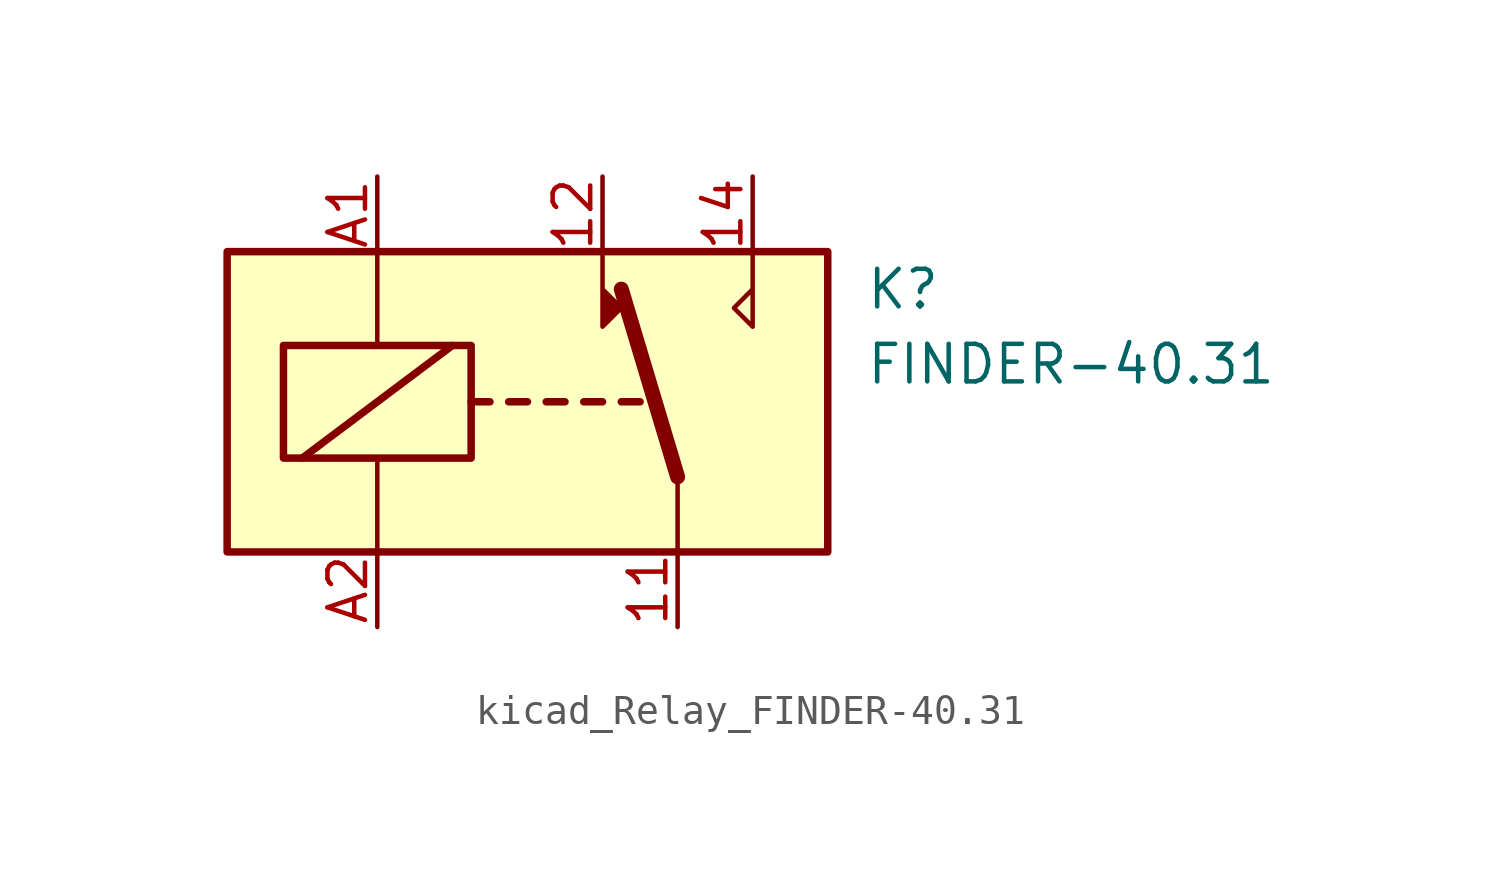
<source format=kicad_sym>
(kicad_symbol_lib
  (version 20220914)
  (generator kicad_symbol_editor)
  (symbol "kicad_Relay_FINDER-40.31"
    (property "Reference" "K"
      (at 11.43 3.81 0)
      (effects (font (size 1.27 1.27)) (justify left)))
    (property "Value" "FINDER-40.31"
      (at 11.43 1.27 0)
      (effects (font (size 1.27 1.27)) (justify left)))
    (symbol "kicad_Relay_FINDER-40.31_0_0"
      (polyline (pts (xy 7.62 5.08) (xy 7.62 2.54) (xy 6.985 3.175) (xy 7.62 3.81)) (stroke (width 0) (type default)) (fill (type none))))
    (symbol "kicad_Relay_FINDER-40.31_0_1"
      (rectangle (start -10.16 5.08) (end 10.16 -5.08) (stroke (width 0.254) (type default)) (fill (type background)))
      (rectangle (start -8.255 1.905) (end -1.905 -1.905) (stroke (width 0.254) (type default)) (fill (type none)))
      (polyline (pts (xy -7.62 -1.905) (xy -2.54 1.905)) (stroke (width 0.254) (type default)) (fill (type none)))
      (polyline (pts (xy -5.08 -5.08) (xy -5.08 -1.905)) (stroke (width 0) (type default)) (fill (type none)))
      (polyline (pts (xy -5.08 5.08) (xy -5.08 1.905)) (stroke (width 0) (type default)) (fill (type none)))
      (polyline (pts (xy -1.905 0) (xy -1.27 0)) (stroke (width 0.254) (type default)) (fill (type none)))
      (polyline (pts (xy -0.635 0) (xy 0 0)) (stroke (width 0.254) (type default)) (fill (type none)))
      (polyline (pts (xy 0.635 0) (xy 1.27 0)) (stroke (width 0.254) (type default)) (fill (type none)))
      (polyline (pts (xy 1.905 0) (xy 2.54 0)) (stroke (width 0.254) (type default)) (fill (type none)))
      (polyline (pts (xy 3.175 0) (xy 3.81 0)) (stroke (width 0.254) (type default)) (fill (type none)))
      (polyline (pts (xy 5.08 -2.54) (xy 3.175 3.81)) (stroke (width 0.508) (type default)) (fill (type none)))
      (polyline (pts (xy 5.08 -2.54) (xy 5.08 -5.08)) (stroke (width 0) (type default)) (fill (type none)))
      (polyline (pts (xy 2.54 5.08) (xy 2.54 2.54) (xy 3.175 3.175) (xy 2.54 3.81)) (stroke (width 0) (type default)) (fill (type outline))))
    (symbol "kicad_Relay_FINDER-40.31_1_1"
      (pin passive line (at 5.08 -7.62 90) (length 2.54) (name "~" (effects (font (size 1.27 1.27)))) (number "11" (effects (font (size 1.27 1.27)))))
      (pin passive line (at 2.54 7.62 270) (length 2.54) (name "~" (effects (font (size 1.27 1.27)))) (number "12" (effects (font (size 1.27 1.27)))))
      (pin passive line (at 7.62 7.62 270) (length 2.54) (name "~" (effects (font (size 1.27 1.27)))) (number "14" (effects (font (size 1.27 1.27)))))
      (pin passive line (at -5.08 7.62 270) (length 2.54) (name "~" (effects (font (size 1.27 1.27)))) (number "A1" (effects (font (size 1.27 1.27)))))
      (pin passive line (at -5.08 -7.62 90) (length 2.54) (name "~" (effects (font (size 1.27 1.27)))) (number "A2" (effects (font (size 1.27 1.27))))))))
</source>
